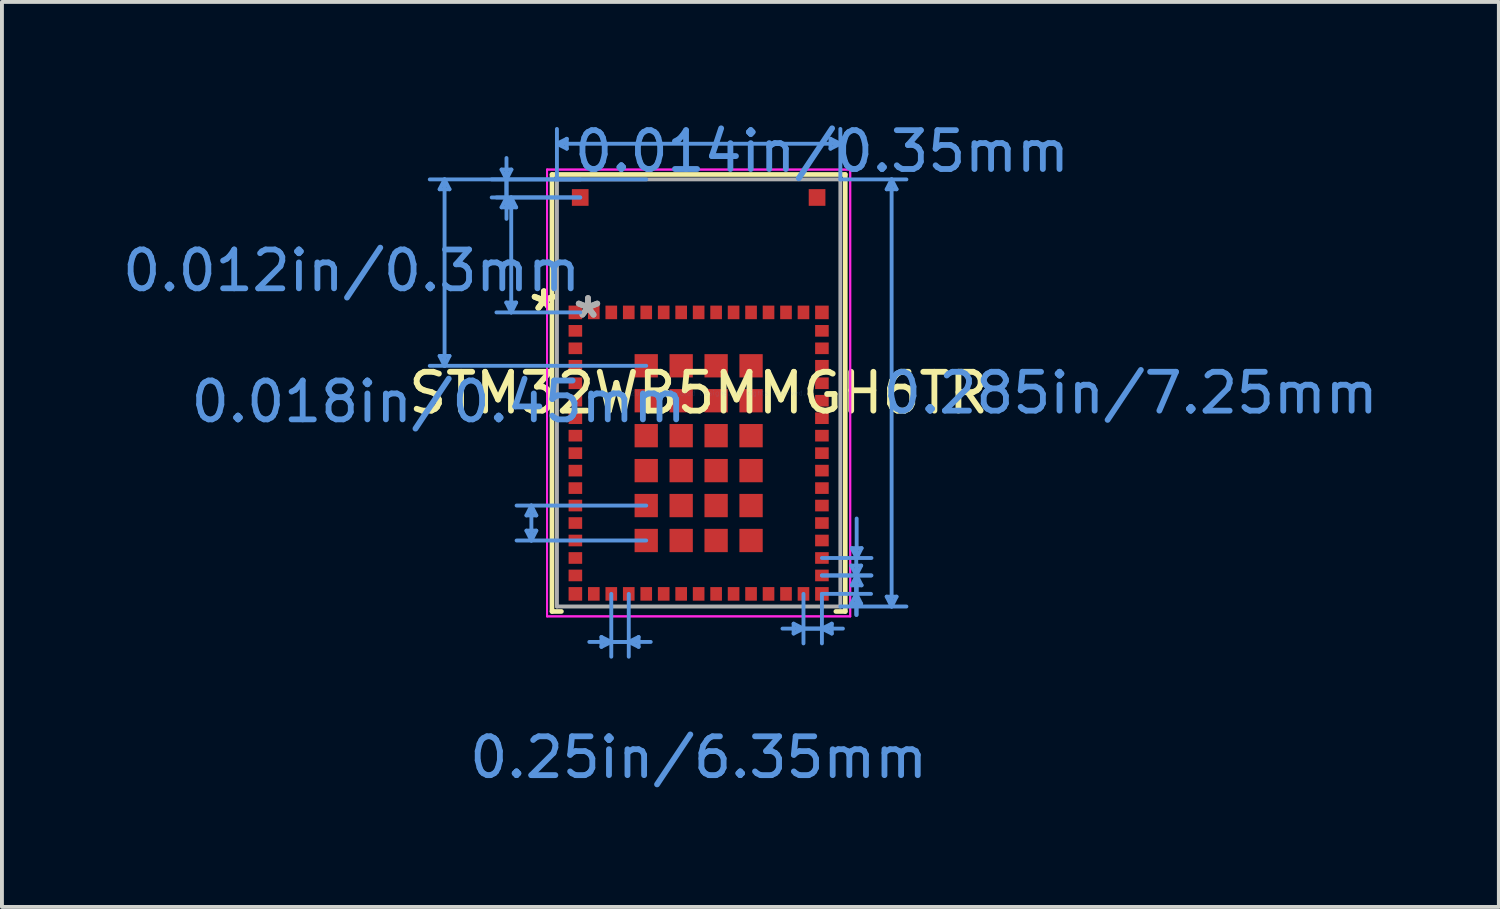
<source format=kicad_pcb>
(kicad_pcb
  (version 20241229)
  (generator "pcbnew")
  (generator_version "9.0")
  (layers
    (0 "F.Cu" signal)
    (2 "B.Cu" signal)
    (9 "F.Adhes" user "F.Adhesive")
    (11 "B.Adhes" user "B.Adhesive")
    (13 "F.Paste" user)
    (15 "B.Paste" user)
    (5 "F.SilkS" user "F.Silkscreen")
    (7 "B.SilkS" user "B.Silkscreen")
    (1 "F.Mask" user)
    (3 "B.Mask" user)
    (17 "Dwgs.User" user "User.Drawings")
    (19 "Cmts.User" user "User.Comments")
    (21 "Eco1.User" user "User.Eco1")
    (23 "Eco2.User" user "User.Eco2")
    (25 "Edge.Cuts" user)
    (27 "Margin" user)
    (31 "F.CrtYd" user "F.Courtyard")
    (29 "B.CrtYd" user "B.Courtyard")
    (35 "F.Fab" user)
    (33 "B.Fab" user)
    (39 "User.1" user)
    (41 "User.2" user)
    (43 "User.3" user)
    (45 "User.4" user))
  (footprint "STM32WB5MMGH6TR"
    (layer "F.Cu")
    (at 14.944 7.071)
    (property "Reference" "STM32WB5MMGH6TR" (at 0 0 0) (layer "F.SilkS") (effects (font (size 1 1) (thickness 0.15))))
    (attr through_hole)
    (fp_line (start -3.777 -5.627) (end 3.777 -5.627) (stroke (width 0.12) (type solid)) (layer "F.SilkS"))
    (fp_line (start -3.777 5.627) (end -3.777 -5.627) (stroke (width 0.12) (type solid)) (layer "F.SilkS"))
    (fp_line (start -3.534 5.627) (end -3.777 5.627) (stroke (width 0.12) (type solid)) (layer "F.SilkS"))
    (fp_line (start 3.777 -5.627) (end 3.777 5.627) (stroke (width 0.12) (type solid)) (layer "F.SilkS"))
    (fp_line (start 3.777 5.627) (end 3.534 5.627) (stroke (width 0.12) (type solid)) (layer "F.SilkS"))
    (fp_line (start -6.671 -0.954) (end -6.544 -0.7) (stroke (width 0.1) (type solid)) (layer "Cmts.User"))
    (fp_line (start -6.671 -5.246) (end -6.544 -5.5) (stroke (width 0.1) (type solid)) (layer "Cmts.User"))
    (fp_line (start -6.671 -5.246) (end -6.417 -5.246) (stroke (width 0.1) (type solid)) (layer "Cmts.User"))
    (fp_line (start -6.544 -0.7) (end -6.544 -5.5) (stroke (width 0.1) (type solid)) (layer "Cmts.User"))
    (fp_line (start -6.417 -0.954) (end -6.671 -0.954) (stroke (width 0.1) (type solid)) (layer "Cmts.User"))
    (fp_line (start -6.417 -0.954) (end -6.544 -0.7) (stroke (width 0.1) (type solid)) (layer "Cmts.User"))
    (fp_line (start -6.417 -5.246) (end -6.544 -5.5) (stroke (width 0.1) (type solid)) (layer "Cmts.User"))
    (fp_line (start -5.076 -5.754) (end -4.949 -5.5) (stroke (width 0.1) (type solid)) (layer "Cmts.User"))
    (fp_line (start -5.076 -4.781) (end -4.949 -5.035) (stroke (width 0.1) (type solid)) (layer "Cmts.User"))
    (fp_line (start -5.076 -4.781) (end -4.822 -4.781) (stroke (width 0.1) (type solid)) (layer "Cmts.User"))
    (fp_line (start -4.954 -2.329) (end -4.827 -2.075) (stroke (width 0.1) (type solid)) (layer "Cmts.User"))
    (fp_line (start -4.954 -4.781) (end -4.827 -5.035) (stroke (width 0.1) (type solid)) (layer "Cmts.User"))
    (fp_line (start -4.954 -4.781) (end -4.7 -4.781) (stroke (width 0.1) (type solid)) (layer "Cmts.User"))
    (fp_line (start -4.949 -6.051) (end -4.949 -5.035) (stroke (width 0.1) (type solid)) (layer "Cmts.User"))
    (fp_line (start -4.949 -4.484) (end -4.949 -5.5) (stroke (width 0.1) (type solid)) (layer "Cmts.User"))
    (fp_line (start -4.827 -5.035) (end -4.827 -2.075) (stroke (width 0.1) (type solid)) (layer "Cmts.User"))
    (fp_line (start -4.822 -5.754) (end -5.076 -5.754) (stroke (width 0.1) (type solid)) (layer "Cmts.User"))
    (fp_line (start -4.822 -5.754) (end -4.949 -5.5) (stroke (width 0.1) (type solid)) (layer "Cmts.User"))
    (fp_line (start -4.822 -4.781) (end -4.949 -5.035) (stroke (width 0.1) (type solid)) (layer "Cmts.User"))
    (fp_line (start -4.7 -2.329) (end -4.954 -2.329) (stroke (width 0.1) (type solid)) (layer "Cmts.User"))
    (fp_line (start -4.7 -2.329) (end -4.827 -2.075) (stroke (width 0.1) (type solid)) (layer "Cmts.User"))
    (fp_line (start -4.7 -4.781) (end -4.827 -5.035) (stroke (width 0.1) (type solid)) (layer "Cmts.User"))
    (fp_line (start -4.435 3.546) (end -4.308 3.8) (stroke (width 0.1) (type solid)) (layer "Cmts.User"))
    (fp_line (start -4.435 3.154) (end -4.308 2.9) (stroke (width 0.1) (type solid)) (layer "Cmts.User"))
    (fp_line (start -4.435 3.154) (end -4.181 3.154) (stroke (width 0.1) (type solid)) (layer "Cmts.User"))
    (fp_line (start -4.308 3.8) (end -4.308 2.9) (stroke (width 0.1) (type solid)) (layer "Cmts.User"))
    (fp_line (start -4.181 3.546) (end -4.435 3.546) (stroke (width 0.1) (type solid)) (layer "Cmts.User"))
    (fp_line (start -4.181 3.546) (end -4.308 3.8) (stroke (width 0.1) (type solid)) (layer "Cmts.User"))
    (fp_line (start -4.181 3.154) (end -4.308 2.9) (stroke (width 0.1) (type solid)) (layer "Cmts.User"))
    (fp_line (start -3.65 -6.419) (end 3.65 -6.419) (stroke (width 0.1) (type solid)) (layer "Cmts.User"))
    (fp_line (start -3.65 -5.5) (end -3.65 -6.8) (stroke (width 0.1) (type solid)) (layer "Cmts.User"))
    (fp_line (start -3.396 -6.546) (end -3.65 -6.419) (stroke (width 0.1) (type solid)) (layer "Cmts.User"))
    (fp_line (start -3.396 -6.292) (end -3.65 -6.419) (stroke (width 0.1) (type solid)) (layer "Cmts.User"))
    (fp_line (start -3.396 -6.292) (end -3.396 -6.546) (stroke (width 0.1) (type solid)) (layer "Cmts.User"))
    (fp_line (start -3.05 -5.5) (end -5.33 -5.5) (stroke (width 0.1) (type solid)) (layer "Cmts.User"))
    (fp_line (start -3.05 -5.035) (end -5.33 -5.035) (stroke (width 0.1) (type solid)) (layer "Cmts.User"))
    (fp_line (start -3.05 -5.035) (end -5.208 -5.035) (stroke (width 0.1) (type solid)) (layer "Cmts.User"))
    (fp_line (start -3.05 -2.075) (end -5.208 -2.075) (stroke (width 0.1) (type solid)) (layer "Cmts.User"))
    (fp_line (start -2.816 6.412) (end -1.8 6.412) (stroke (width 0.1) (type solid)) (layer "Cmts.User"))
    (fp_line (start -2.504 6.285) (end -2.504 6.539) (stroke (width 0.1) (type solid)) (layer "Cmts.User"))
    (fp_line (start -2.504 6.285) (end -2.25 6.412) (stroke (width 0.1) (type solid)) (layer "Cmts.User"))
    (fp_line (start -2.504 6.539) (end -2.25 6.412) (stroke (width 0.1) (type solid)) (layer "Cmts.User"))
    (fp_line (start -2.25 5.175) (end -2.25 6.793) (stroke (width 0.1) (type solid)) (layer "Cmts.User"))
    (fp_line (start -1.8 5.175) (end -1.8 6.793) (stroke (width 0.1) (type solid)) (layer "Cmts.User"))
    (fp_line (start -1.546 6.539) (end -1.8 6.412) (stroke (width 0.1) (type solid)) (layer "Cmts.User"))
    (fp_line (start -1.546 6.539) (end -1.546 6.285) (stroke (width 0.1) (type solid)) (layer "Cmts.User"))
    (fp_line (start -1.546 6.285) (end -1.8 6.412) (stroke (width 0.1) (type solid)) (layer "Cmts.User"))
    (fp_line (start -1.35 -5.5) (end -6.925 -5.5) (stroke (width 0.1) (type solid)) (layer "Cmts.User"))
    (fp_line (start -1.35 -0.7) (end -6.925 -0.7) (stroke (width 0.1) (type solid)) (layer "Cmts.User"))
    (fp_line (start -1.35 2.9) (end -4.689 2.9) (stroke (width 0.1) (type solid)) (layer "Cmts.User"))
    (fp_line (start -1.35 3.8) (end -4.689 3.8) (stroke (width 0.1) (type solid)) (layer "Cmts.User"))
    (fp_line (start -1.234 6.412) (end -2.25 6.412) (stroke (width 0.1) (type solid)) (layer "Cmts.User"))
    (fp_line (start 2.159 6.069) (end 3.175 6.069) (stroke (width 0.1) (type solid)) (layer "Cmts.User"))
    (fp_line (start 2.446 5.942) (end 2.446 6.196) (stroke (width 0.1) (type solid)) (layer "Cmts.User"))
    (fp_line (start 2.446 5.942) (end 2.7 6.069) (stroke (width 0.1) (type solid)) (layer "Cmts.User"))
    (fp_line (start 2.446 6.196) (end 2.7 6.069) (stroke (width 0.1) (type solid)) (layer "Cmts.User"))
    (fp_line (start 2.7 5.175) (end 2.7 6.45) (stroke (width 0.1) (type solid)) (layer "Cmts.User"))
    (fp_line (start 3.175 4.25) (end 4.451 4.25) (stroke (width 0.1) (type solid)) (layer "Cmts.User"))
    (fp_line (start 3.175 4.7) (end 4.44 4.7) (stroke (width 0.1) (type solid)) (layer "Cmts.User"))
    (fp_line (start 3.175 4.7) (end 4.451 4.7) (stroke (width 0.1) (type solid)) (layer "Cmts.User"))
    (fp_line (start 3.175 5.175) (end 3.175 6.45) (stroke (width 0.1) (type solid)) (layer "Cmts.User"))
    (fp_line (start 3.175 5.175) (end 4.44 5.175) (stroke (width 0.1) (type solid)) (layer "Cmts.User"))
    (fp_line (start 3.396 -6.292) (end 3.65 -6.419) (stroke (width 0.1) (type solid)) (layer "Cmts.User"))
    (fp_line (start 3.396 -6.546) (end 3.396 -6.292) (stroke (width 0.1) (type solid)) (layer "Cmts.User"))
    (fp_line (start 3.396 -6.546) (end 3.65 -6.419) (stroke (width 0.1) (type solid)) (layer "Cmts.User"))
    (fp_line (start 3.429 5.942) (end 3.175 6.069) (stroke (width 0.1) (type solid)) (layer "Cmts.User"))
    (fp_line (start 3.429 6.196) (end 3.175 6.069) (stroke (width 0.1) (type solid)) (layer "Cmts.User"))
    (fp_line (start 3.429 6.196) (end 3.429 5.942) (stroke (width 0.1) (type solid)) (layer "Cmts.User"))
    (fp_line (start 3.65 -5.5) (end 3.65 -6.8) (stroke (width 0.1) (type solid)) (layer "Cmts.User"))
    (fp_line (start 3.65 -5.5) (end 5.351 -5.5) (stroke (width 0.1) (type solid)) (layer "Cmts.User"))
    (fp_line (start 3.65 5.5) (end 5.351 5.5) (stroke (width 0.1) (type solid)) (layer "Cmts.User"))
    (fp_line (start 3.716 6.069) (end 2.7 6.069) (stroke (width 0.1) (type solid)) (layer "Cmts.User"))
    (fp_line (start 3.932 4.446) (end 4.059 4.7) (stroke (width 0.1) (type solid)) (layer "Cmts.User"))
    (fp_line (start 3.932 5.429) (end 4.059 5.175) (stroke (width 0.1) (type solid)) (layer "Cmts.User"))
    (fp_line (start 3.932 5.429) (end 4.186 5.429) (stroke (width 0.1) (type solid)) (layer "Cmts.User"))
    (fp_line (start 3.943 3.996) (end 4.07 4.25) (stroke (width 0.1) (type solid)) (layer "Cmts.User"))
    (fp_line (start 3.943 4.954) (end 4.07 4.7) (stroke (width 0.1) (type solid)) (layer "Cmts.User"))
    (fp_line (start 3.943 4.954) (end 4.197 4.954) (stroke (width 0.1) (type solid)) (layer "Cmts.User"))
    (fp_line (start 4.059 5.716) (end 4.059 4.7) (stroke (width 0.1) (type solid)) (layer "Cmts.User"))
    (fp_line (start 4.059 4.159) (end 4.059 5.175) (stroke (width 0.1) (type solid)) (layer "Cmts.User"))
    (fp_line (start 4.07 5.716) (end 4.07 4.7) (stroke (width 0.1) (type solid)) (layer "Cmts.User"))
    (fp_line (start 4.07 3.234) (end 4.07 4.25) (stroke (width 0.1) (type solid)) (layer "Cmts.User"))
    (fp_line (start 4.186 4.446) (end 3.932 4.446) (stroke (width 0.1) (type solid)) (layer "Cmts.User"))
    (fp_line (start 4.186 4.446) (end 4.059 4.7) (stroke (width 0.1) (type solid)) (layer "Cmts.User"))
    (fp_line (start 4.186 5.429) (end 4.059 5.175) (stroke (width 0.1) (type solid)) (layer "Cmts.User"))
    (fp_line (start 4.197 3.996) (end 3.943 3.996) (stroke (width 0.1) (type solid)) (layer "Cmts.User"))
    (fp_line (start 4.197 3.996) (end 4.07 4.25) (stroke (width 0.1) (type solid)) (layer "Cmts.User"))
    (fp_line (start 4.197 4.954) (end 4.07 4.7) (stroke (width 0.1) (type solid)) (layer "Cmts.User"))
    (fp_line (start 4.843 5.246) (end 4.97 5.5) (stroke (width 0.1) (type solid)) (layer "Cmts.User"))
    (fp_line (start 4.843 -5.246) (end 4.97 -5.5) (stroke (width 0.1) (type solid)) (layer "Cmts.User"))
    (fp_line (start 4.843 -5.246) (end 5.097 -5.246) (stroke (width 0.1) (type solid)) (layer "Cmts.User"))
    (fp_line (start 4.97 -5.5) (end 4.97 5.5) (stroke (width 0.1) (type solid)) (layer "Cmts.User"))
    (fp_line (start 5.097 5.246) (end 4.843 5.246) (stroke (width 0.1) (type solid)) (layer "Cmts.User"))
    (fp_line (start 5.097 5.246) (end 4.97 5.5) (stroke (width 0.1) (type solid)) (layer "Cmts.User"))
    (fp_line (start 5.097 -5.246) (end 4.97 -5.5) (stroke (width 0.1) (type solid)) (layer "Cmts.User"))
    (fp_line (start -3.904 -5.754) (end -3.904 5.754) (stroke (width 0.05) (type solid)) (layer "F.CrtYd"))
    (fp_line (start -3.904 -5.754) (end -3.904 5.754) (stroke (width 0.05) (type solid)) (layer "F.CrtYd"))
    (fp_line (start -3.904 5.754) (end 3.904 5.754) (stroke (width 0.05) (type solid)) (layer "F.CrtYd"))
    (fp_line (start -3.904 5.754) (end 3.904 5.754) (stroke (width 0.05) (type solid)) (layer "F.CrtYd"))
    (fp_line (start 3.904 -5.754) (end -3.904 -5.754) (stroke (width 0.05) (type solid)) (layer "F.CrtYd"))
    (fp_line (start 3.904 -5.754) (end -3.904 -5.754) (stroke (width 0.05) (type solid)) (layer "F.CrtYd"))
    (fp_line (start 3.904 5.754) (end 3.904 -5.754) (stroke (width 0.05) (type solid)) (layer "F.CrtYd"))
    (fp_line (start 3.904 5.754) (end 3.904 -5.754) (stroke (width 0.05) (type solid)) (layer "F.CrtYd"))
    (fp_line (start -3.65 -5.5) (end -3.65 5.5) (stroke (width 0.1) (type solid)) (layer "F.Fab"))
    (fp_line (start -3.65 5.5) (end 3.65 5.5) (stroke (width 0.1) (type solid)) (layer "F.Fab"))
    (fp_line (start 3.65 -5.5) (end -3.65 -5.5) (stroke (width 0.1) (type solid)) (layer "F.Fab"))
    (fp_line (start 3.65 5.5) (end 3.65 -5.5) (stroke (width 0.1) (type solid)) (layer "F.Fab"))
    (fp_text user "*" (at -3.985 -2.075 0) (layer "F.SilkS") (effects (font (size 1 1) (thickness 0.15))))
    (fp_text user "*" (at -3.985 -2.075 0) (layer "F.SilkS") (effects (font (size 1 1) (thickness 0.15))))
    (fp_text user "0.25in/6.35mm" (at 0 9.388 0) (layer "Cmts.User") (effects (font (size 1 1) (thickness 0.15))))
    (fp_text user "0.018in/0.45mm" (at -6.698 0.225 0) (layer "Cmts.User") (effects (font (size 1 1) (thickness 0.15))))
    (fp_text user "0.285in/7.25mm" (at 11.128 0 0) (layer "Cmts.User") (effects (font (size 1 1) (thickness 0.15))))
    (fp_text user "0.014in/0.35mm" (at 3.175 -6.223 0) (layer "Cmts.User") (effects (font (size 1 1) (thickness 0.15))))
    (fp_text user "0.012in/0.3mm" (at -8.938 -3.15 0) (layer "Cmts.User") (effects (font (size 1 1) (thickness 0.15))))
    (fp_text user "Copyright 2021 Accelerated Designs. All rights reserved." (at 0 0 0) (layer "Cmts.User") (effects (font (size 0.127 0.127) (thickness 0.002))))
    (fp_text user "*" (at -2.85 -1.9 0) (layer "F.Fab") (effects (font (size 1 1) (thickness 0.15))))
    (fp_text user "*" (at -2.85 -1.9 0) (layer "F.Fab") (effects (font (size 1 1) (thickness 0.15))))
    (pad "1" smd rect (at -3.175 -2.075) (size 0.35 0.35) (layers "F.Cu" "F.Mask" "F.Paste"))
    (pad "2" smd rect (at -3.175 -1.6) (size 0.35 0.3) (layers "F.Cu" "F.Mask" "F.Paste"))
    (pad "3" smd rect (at -3.175 -1.15) (size 0.35 0.3) (layers "F.Cu" "F.Mask" "F.Paste"))
    (pad "4" smd rect (at -3.175 -0.7) (size 0.35 0.3) (layers "F.Cu" "F.Mask" "F.Paste"))
    (pad "5" smd rect (at -3.175 -0.25) (size 0.35 0.3) (layers "F.Cu" "F.Mask" "F.Paste"))
    (pad "6" smd rect (at -3.175 0.2) (size 0.35 0.3) (layers "F.Cu" "F.Mask" "F.Paste"))
    (pad "7" smd rect (at -3.175 0.65) (size 0.35 0.3) (layers "F.Cu" "F.Mask" "F.Paste"))
    (pad "8" smd rect (at -3.175 1.1) (size 0.35 0.3) (layers "F.Cu" "F.Mask" "F.Paste"))
    (pad "9" smd rect (at -3.175 1.55) (size 0.35 0.3) (layers "F.Cu" "F.Mask" "F.Paste"))
    (pad "10" smd rect (at -3.175 2) (size 0.35 0.3) (layers "F.Cu" "F.Mask" "F.Paste"))
    (pad "11" smd rect (at -3.175 2.45) (size 0.35 0.3) (layers "F.Cu" "F.Mask" "F.Paste"))
    (pad "12" smd rect (at -3.175 2.9) (size 0.35 0.3) (layers "F.Cu" "F.Mask" "F.Paste"))
    (pad "13" smd rect (at -3.175 3.35) (size 0.35 0.3) (layers "F.Cu" "F.Mask" "F.Paste"))
    (pad "14" smd rect (at -3.175 3.8) (size 0.35 0.3) (layers "F.Cu" "F.Mask" "F.Paste"))
    (pad "15" smd rect (at -3.175 4.25) (size 0.35 0.3) (layers "F.Cu" "F.Mask" "F.Paste"))
    (pad "16" smd rect (at -3.175 4.7) (size 0.35 0.3) (layers "F.Cu" "F.Mask" "F.Paste"))
    (pad "17" smd rect (at -3.175 5.175 90) (size 0.35 0.35) (layers "F.Cu" "F.Mask" "F.Paste"))
    (pad "18" smd rect (at -2.7 5.175 90) (size 0.35 0.3) (layers "F.Cu" "F.Mask" "F.Paste"))
    (pad "19" smd rect (at -2.25 5.175 90) (size 0.35 0.3) (layers "F.Cu" "F.Mask" "F.Paste"))
    (pad "20" smd rect (at -1.8 5.175 90) (size 0.35 0.3) (layers "F.Cu" "F.Mask" "F.Paste"))
    (pad "21" smd rect (at -1.35 5.175 90) (size 0.35 0.3) (layers "F.Cu" "F.Mask" "F.Paste"))
    (pad "22" smd rect (at -0.9 5.175 90) (size 0.35 0.3) (layers "F.Cu" "F.Mask" "F.Paste"))
    (pad "23" smd rect (at -0.45 5.175 90) (size 0.35 0.3) (layers "F.Cu" "F.Mask" "F.Paste"))
    (pad "24" smd rect (at 0 5.175 90) (size 0.35 0.3) (layers "F.Cu" "F.Mask" "F.Paste"))
    (pad "25" smd rect (at 0.45 5.175 90) (size 0.35 0.3) (layers "F.Cu" "F.Mask" "F.Paste"))
    (pad "26" smd rect (at 0.9 5.175 90) (size 0.35 0.3) (layers "F.Cu" "F.Mask" "F.Paste"))
    (pad "27" smd rect (at 1.35 5.175 90) (size 0.35 0.3) (layers "F.Cu" "F.Mask" "F.Paste"))
    (pad "28" smd rect (at 1.8 5.175 90) (size 0.35 0.3) (layers "F.Cu" "F.Mask" "F.Paste"))
    (pad "29" smd rect (at 2.25 5.175 90) (size 0.35 0.3) (layers "F.Cu" "F.Mask" "F.Paste"))
    (pad "30" smd rect (at 2.7 5.175 90) (size 0.35 0.3) (layers "F.Cu" "F.Mask" "F.Paste"))
    (pad "31" smd rect (at 3.175 5.175 90) (size 0.35 0.35) (layers "F.Cu" "F.Mask" "F.Paste"))
    (pad "32" smd rect (at 3.175 4.7) (size 0.35 0.3) (layers "F.Cu" "F.Mask" "F.Paste"))
    (pad "33" smd rect (at 3.175 4.25) (size 0.35 0.3) (layers "F.Cu" "F.Mask" "F.Paste"))
    (pad "34" smd rect (at 3.175 3.8) (size 0.35 0.3) (layers "F.Cu" "F.Mask" "F.Paste"))
    (pad "35" smd rect (at 3.175 3.35) (size 0.35 0.3) (layers "F.Cu" "F.Mask" "F.Paste"))
    (pad "36" smd rect (at 3.175 2.9) (size 0.35 0.3) (layers "F.Cu" "F.Mask" "F.Paste"))
    (pad "37" smd rect (at 3.175 2.45) (size 0.35 0.3) (layers "F.Cu" "F.Mask" "F.Paste"))
    (pad "38" smd rect (at 3.175 2) (size 0.35 0.3) (layers "F.Cu" "F.Mask" "F.Paste"))
    (pad "39" smd rect (at 3.175 1.55) (size 0.35 0.3) (layers "F.Cu" "F.Mask" "F.Paste"))
    (pad "40" smd rect (at 3.175 1.1) (size 0.35 0.3) (layers "F.Cu" "F.Mask" "F.Paste"))
    (pad "41" smd rect (at 3.175 0.65) (size 0.35 0.3) (layers "F.Cu" "F.Mask" "F.Paste"))
    (pad "42" smd rect (at 3.175 0.2) (size 0.35 0.3) (layers "F.Cu" "F.Mask" "F.Paste"))
    (pad "43" smd rect (at 3.175 -0.25) (size 0.35 0.3) (layers "F.Cu" "F.Mask" "F.Paste"))
    (pad "44" smd rect (at 3.175 -0.7) (size 0.35 0.3) (layers "F.Cu" "F.Mask" "F.Paste"))
    (pad "45" smd rect (at 3.175 -1.15) (size 0.35 0.3) (layers "F.Cu" "F.Mask" "F.Paste"))
    (pad "46" smd rect (at 3.175 -1.6) (size 0.35 0.3) (layers "F.Cu" "F.Mask" "F.Paste"))
    (pad "47" smd rect (at 3.175 -2.075) (size 0.35 0.35) (layers "F.Cu" "F.Mask" "F.Paste"))
    (pad "48" smd rect (at 2.7 -2.075 90) (size 0.35 0.3) (layers "F.Cu" "F.Mask" "F.Paste"))
    (pad "49" smd rect (at 2.25 -2.075 90) (size 0.35 0.3) (layers "F.Cu" "F.Mask" "F.Paste"))
    (pad "50" smd rect (at 1.8 -2.075 90) (size 0.35 0.3) (layers "F.Cu" "F.Mask" "F.Paste"))
    (pad "51" smd rect (at 1.35 -2.075 90) (size 0.35 0.3) (layers "F.Cu" "F.Mask" "F.Paste"))
    (pad "52" smd rect (at 0.9 -2.075 90) (size 0.35 0.3) (layers "F.Cu" "F.Mask" "F.Paste"))
    (pad "53" smd rect (at 0.45 -2.075 90) (size 0.35 0.3) (layers "F.Cu" "F.Mask" "F.Paste"))
    (pad "54" smd rect (at 0 -2.075 90) (size 0.35 0.3) (layers "F.Cu" "F.Mask" "F.Paste"))
    (pad "55" smd rect (at -0.45 -2.075 90) (size 0.35 0.3) (layers "F.Cu" "F.Mask" "F.Paste"))
    (pad "56" smd rect (at -0.9 -2.075 90) (size 0.35 0.3) (layers "F.Cu" "F.Mask" "F.Paste"))
    (pad "57" smd rect (at -1.35 -2.075 90) (size 0.35 0.3) (layers "F.Cu" "F.Mask" "F.Paste"))
    (pad "58" smd rect (at -1.8 -2.075 90) (size 0.35 0.3) (layers "F.Cu" "F.Mask" "F.Paste"))
    (pad "59" smd rect (at -2.25 -2.075 90) (size 0.35 0.3) (layers "F.Cu" "F.Mask" "F.Paste"))
    (pad "60" smd rect (at -2.7 -2.075 90) (size 0.35 0.3) (layers "F.Cu" "F.Mask" "F.Paste"))
    (pad "61" smd rect (at -1.35 -0.7) (size 0.6 0.6) (layers "F.Cu" "F.Mask" "F.Paste"))
    (pad "62" smd rect (at -1.35 0.2) (size 0.6 0.6) (layers "F.Cu" "F.Mask" "F.Paste"))
    (pad "63" smd rect (at -1.35 1.1) (size 0.6 0.6) (layers "F.Cu" "F.Mask" "F.Paste"))
    (pad "64" smd rect (at -1.35 2) (size 0.6 0.6) (layers "F.Cu" "F.Mask" "F.Paste"))
    (pad "65" smd rect (at -1.35 2.9) (size 0.6 0.6) (layers "F.Cu" "F.Mask" "F.Paste"))
    (pad "66" smd rect (at -1.35 3.8) (size 0.6 0.6) (layers "F.Cu" "F.Mask" "F.Paste"))
    (pad "67" smd rect (at -0.45 3.8) (size 0.6 0.6) (layers "F.Cu" "F.Mask" "F.Paste"))
    (pad "68" smd rect (at 0.45 3.8) (size 0.6 0.6) (layers "F.Cu" "F.Mask" "F.Paste"))
    (pad "69" smd rect (at 1.35 3.8) (size 0.6 0.6) (layers "F.Cu" "F.Mask" "F.Paste"))
    (pad "70" smd rect (at 1.35 2.9) (size 0.6 0.6) (layers "F.Cu" "F.Mask" "F.Paste"))
    (pad "71" smd rect (at 1.35 2) (size 0.6 0.6) (layers "F.Cu" "F.Mask" "F.Paste"))
    (pad "72" smd rect (at 1.35 1.1) (size 0.6 0.6) (layers "F.Cu" "F.Mask" "F.Paste"))
    (pad "73" smd rect (at 1.35 0.2) (size 0.6 0.6) (layers "F.Cu" "F.Mask" "F.Paste"))
    (pad "74" smd rect (at 1.35 -0.7) (size 0.6 0.6) (layers "F.Cu" "F.Mask" "F.Paste"))
    (pad "75" smd rect (at 0.45 -0.7) (size 0.6 0.6) (layers "F.Cu" "F.Mask" "F.Paste"))
    (pad "76" smd rect (at -0.45 -0.7) (size 0.6 0.6) (layers "F.Cu" "F.Mask" "F.Paste"))
    (pad "77" smd rect (at -0.45 0.2) (size 0.6 0.6) (layers "F.Cu" "F.Mask" "F.Paste"))
    (pad "78" smd rect (at -0.45 1.1) (size 0.6 0.6) (layers "F.Cu" "F.Mask" "F.Paste"))
    (pad "79" smd rect (at -0.45 2) (size 0.6 0.6) (layers "F.Cu" "F.Mask" "F.Paste"))
    (pad "80" smd rect (at -0.45 2.9) (size 0.6 0.6) (layers "F.Cu" "F.Mask" "F.Paste"))
    (pad "81" smd rect (at 0.45 2.9) (size 0.6 0.6) (layers "F.Cu" "F.Mask" "F.Paste"))
    (pad "82" smd rect (at 0.45 2) (size 0.6 0.6) (layers "F.Cu" "F.Mask" "F.Paste"))
    (pad "83" smd rect (at 0.45 1.1) (size 0.6 0.6) (layers "F.Cu" "F.Mask" "F.Paste"))
    (pad "84" smd rect (at 0.45 0.2) (size 0.6 0.6) (layers "F.Cu" "F.Mask" "F.Paste"))
    (pad "85" smd rect (at -3.05 -5.035) (size 0.43 0.43) (layers "F.Cu" "F.Mask" "F.Paste"))
    (pad "86" smd rect (at 3.05 -5.035) (size 0.43 0.43) (layers "F.Cu" "F.Mask" "F.Paste")))
  (gr_rect
    (start -3 -3)
    (end 35.554 20.308)
    (stroke (width 0.1) (type default))
    (fill no)
    (layer "Edge.Cuts")))
</source>
